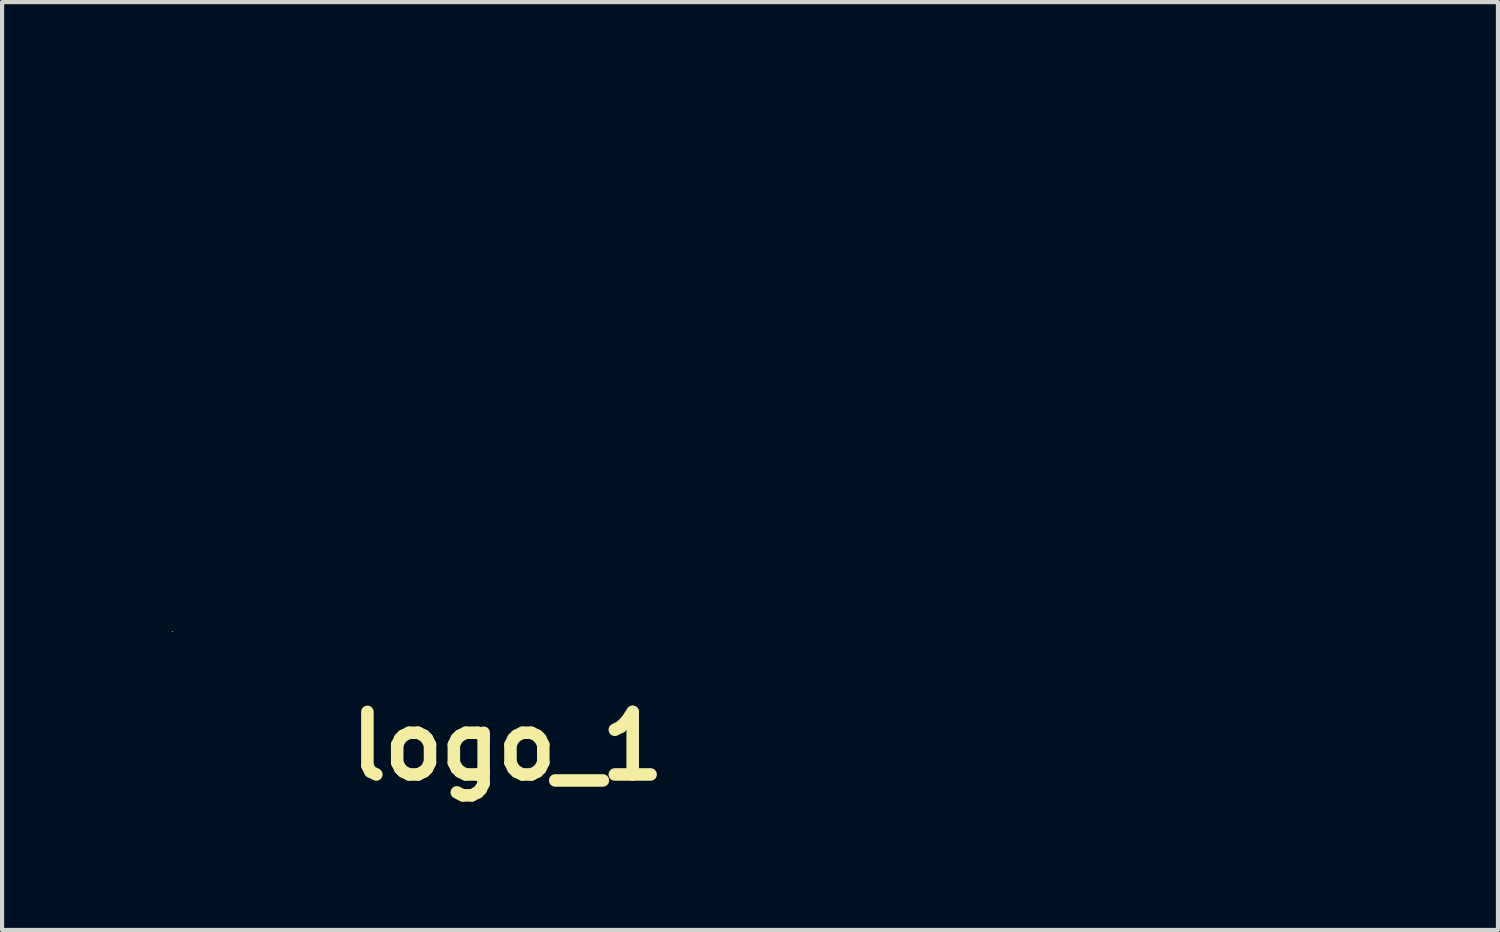
<source format=kicad_pcb>
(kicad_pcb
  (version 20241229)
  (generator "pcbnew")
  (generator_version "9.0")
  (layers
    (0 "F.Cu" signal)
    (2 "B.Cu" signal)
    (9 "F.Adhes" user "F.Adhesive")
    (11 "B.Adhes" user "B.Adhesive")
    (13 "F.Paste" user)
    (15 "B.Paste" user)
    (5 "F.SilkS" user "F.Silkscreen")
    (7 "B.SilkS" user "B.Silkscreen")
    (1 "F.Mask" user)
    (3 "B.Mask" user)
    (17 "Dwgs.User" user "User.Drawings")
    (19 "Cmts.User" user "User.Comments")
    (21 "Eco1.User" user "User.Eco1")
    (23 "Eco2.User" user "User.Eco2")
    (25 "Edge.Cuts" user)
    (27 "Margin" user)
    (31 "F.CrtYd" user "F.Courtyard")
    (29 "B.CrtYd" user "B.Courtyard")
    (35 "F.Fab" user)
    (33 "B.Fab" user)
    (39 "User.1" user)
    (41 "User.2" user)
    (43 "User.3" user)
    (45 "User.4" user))
  (footprint "logo_1"
    (layer "F.Cu")
    (at 14.44 6.419)
    (property "Reference" "logo_1" (at -5.33 8.41 0) (layer "F.SilkS") (effects (font (size 1.5 1.5) (thickness 0.3))))
    (attr board_only exclude_from_pos_files exclude_from_bom)
    (fp_poly (pts (xy -4.923 -6.017) (xy -4.532 -5.626) (xy -4.917 -5.241) (xy -5.021 -5.137) (xy -5.115 -5.044) (xy -5.195 -4.966) (xy -5.258 -4.906) (xy -5.298 -4.867) (xy -5.313 -4.855) (xy -5.33 -4.869) (xy -5.373 -4.909) (xy -5.437 -4.971) (xy -5.518 -5.05) (xy -5.612 -5.144) (xy -5.709 -5.241) (xy -6.094 -5.626) (xy -5.704 -6.017) (xy -5.313 -6.407)) (stroke (width 0) (type solid)) (fill yes) (layer "F.Mask"))
    (fp_poly (pts (xy -1.73 -4.954) (xy -1.729 -4.168) (xy -1.304 -4.163) (xy -0.878 -4.157) (xy -1.151 -3.818) (xy -1.425 -3.48) (xy -1.577 -3.48) (xy -1.729 -3.48) (xy -1.729 -1.953) (xy -1.729 -1.612) (xy -1.728 -1.31) (xy -1.726 -1.049) (xy -1.724 -0.829) (xy -1.721 -0.649) (xy -1.718 -0.511) (xy -1.714 -0.414) (xy -1.709 -0.358) (xy -1.707 -0.348) (xy -1.67 -0.267) (xy -1.606 -0.183) (xy -1.529 -0.108) (xy -1.464 -0.065) (xy -1.393 -0.029) (xy -1.497 0.035) (xy -1.602 0.124) (xy -1.66 0.201) (xy -1.719 0.302) (xy -1.725 1.685) (xy -1.726 1.96) (xy -1.727 2.196) (xy -1.727 2.396) (xy -1.727 2.564) (xy -1.726 2.702) (xy -1.725 2.814) (xy -1.724 2.902) (xy -1.721 2.97) (xy -1.718 3.02) (xy -1.714 3.056) (xy -1.709 3.081) (xy -1.702 3.097) (xy -1.695 3.108) (xy -1.694 3.11) (xy -1.614 3.172) (xy -1.511 3.216) (xy -1.401 3.235) (xy -1.385 3.236) (xy -1.306 3.23) (xy -1.238 3.211) (xy -1.168 3.172) (xy -1.099 3.121) (xy -1.048 3.084) (xy -1.024 3.075) (xy -1.022 3.088) (xy -1.042 3.121) (xy -1.079 3.171) (xy -1.131 3.233) (xy -1.196 3.304) (xy -1.271 3.382) (xy -1.352 3.461) (xy -1.406 3.511) (xy -1.559 3.655) (xy -1.703 3.805) (xy -1.836 3.954) (xy -1.952 4.098) (xy -2.047 4.23) (xy -2.116 4.346) (xy -2.146 4.412) (xy -2.18 4.503) (xy -2.611 4.102) (xy -3.042 3.701) (xy -3.043 2.064) (xy -3.043 1.755) (xy -3.044 1.47) (xy -3.045 1.213) (xy -3.047 0.985) (xy -3.049 0.787) (xy -3.052 0.623) (xy -3.055 0.494) (xy -3.059 0.401) (xy -3.062 0.348) (xy -3.064 0.338) (xy -3.111 0.214) (xy -3.188 0.107) (xy -3.286 0.028) (xy -3.377 -0.026) (xy -3.319 -0.056) (xy -3.218 -0.128) (xy -3.13 -0.228) (xy -3.098 -0.281) (xy -3.089 -0.297) (xy -3.082 -0.315) (xy -3.076 -0.335) (xy -3.07 -0.363) (xy -3.066 -0.4) (xy -3.062 -0.45) (xy -3.059 -0.516) (xy -3.056 -0.6) (xy -3.054 -0.705) (xy -3.052 -0.835) (xy -3.051 -0.992) (xy -3.05 -1.179) (xy -3.049 -1.4) (xy -3.048 -1.656) (xy -3.047 -1.922) (xy -3.041 -3.48) (xy -3.365 -3.48) (xy -3.475 -3.481) (xy -3.57 -3.483) (xy -3.641 -3.487) (xy -3.681 -3.493) (xy -3.688 -3.496) (xy -3.678 -3.518) (xy -3.651 -3.571) (xy -3.609 -3.647) (xy -3.556 -3.741) (xy -3.502 -3.834) (xy -3.317 -4.157) (xy -3.08 -4.17) (xy -2.968 -4.178) (xy -2.865 -4.191) (xy -2.785 -4.207) (xy -2.755 -4.216) (xy -2.584 -4.302) (xy -2.422 -4.427) (xy -2.27 -4.591) (xy -2.129 -4.792) (xy -1.999 -5.029) (xy -1.881 -5.301) (xy -1.822 -5.468) (xy -1.73 -5.741)) (stroke (width 0) (type solid)) (fill yes) (layer "F.Mask"))
    (fp_poly (pts (xy -5.722 -4.175) (xy -5.68 -4.141) (xy -5.619 -4.089) (xy -5.544 -4.024) (xy -5.518 -4.001) (xy -5.32 -3.835) (xy -5.13 -3.697) (xy -4.953 -3.588) (xy -4.834 -3.529) (xy -4.758 -3.499) (xy -4.69 -3.481) (xy -4.614 -3.473) (xy -4.513 -3.47) (xy -4.508 -3.47) (xy -4.418 -3.469) (xy -4.363 -3.465) (xy -4.337 -3.458) (xy -4.331 -3.446) (xy -4.335 -3.436) (xy -4.368 -3.39) (xy -4.42 -3.329) (xy -4.481 -3.264) (xy -4.54 -3.209) (xy -4.586 -3.172) (xy -4.592 -3.168) (xy -4.647 -3.139) (xy -4.646 -1.783) (xy -4.646 -1.511) (xy -4.646 -1.278) (xy -4.645 -1.08) (xy -4.644 -0.914) (xy -4.643 -0.777) (xy -4.641 -0.666) (xy -4.639 -0.577) (xy -4.636 -0.508) (xy -4.632 -0.456) (xy -4.628 -0.416) (xy -4.622 -0.387) (xy -4.615 -0.364) (xy -4.608 -0.346) (xy -4.607 -0.344) (xy -4.546 -0.249) (xy -4.459 -0.161) (xy -4.365 -0.097) (xy -4.329 -0.075) (xy -4.33 -0.064) (xy -4.341 -0.063) (xy -4.381 -0.047) (xy -4.436 -0.004) (xy -4.496 0.055) (xy -4.553 0.122) (xy -4.598 0.187) (xy -4.624 0.242) (xy -4.629 0.282) (xy -4.634 0.363) (xy -4.638 0.484) (xy -4.641 0.646) (xy -4.643 0.848) (xy -4.645 1.091) (xy -4.646 1.376) (xy -4.646 1.679) (xy -4.647 3.034) (xy -4.585 3.093) (xy -4.504 3.147) (xy -4.401 3.182) (xy -4.293 3.194) (xy -4.237 3.189) (xy -4.181 3.177) (xy -4.136 3.161) (xy -4.091 3.134) (xy -4.03 3.089) (xy -4.013 3.076) (xy -3.963 3.04) (xy -3.943 3.032) (xy -3.951 3.052) (xy -3.988 3.099) (xy -4.053 3.173) (xy -4.146 3.273) (xy -4.266 3.398) (xy -4.412 3.549) (xy -4.416 3.553) (xy -4.593 3.736) (xy -4.74 3.896) (xy -4.859 4.034) (xy -4.952 4.153) (xy -5.022 4.256) (xy -5.07 4.345) (xy -5.087 4.386) (xy -5.107 4.433) (xy -5.122 4.457) (xy -5.125 4.458) (xy -5.142 4.444) (xy -5.186 4.405) (xy -5.252 4.344) (xy -5.336 4.266) (xy -5.434 4.173) (xy -5.543 4.07) (xy -5.557 4.057) (xy -5.978 3.657) (xy -5.979 1.974) (xy -5.979 1.66) (xy -5.98 1.385) (xy -5.981 1.146) (xy -5.982 0.942) (xy -5.983 0.769) (xy -5.985 0.625) (xy -5.987 0.508) (xy -5.99 0.414) (xy -5.993 0.342) (xy -5.997 0.288) (xy -6.002 0.251) (xy -6.007 0.228) (xy -6.009 0.222) (xy -6.067 0.123) (xy -6.151 0.035) (xy -6.244 -0.028) (xy -6.25 -0.031) (xy -6.335 -0.069) (xy -6.256 -0.105) (xy -6.191 -0.144) (xy -6.126 -0.197) (xy -6.111 -0.211) (xy -6.084 -0.24) (xy -6.061 -0.267) (xy -6.041 -0.295) (xy -6.025 -0.328) (xy -6.012 -0.369) (xy -6.002 -0.421) (xy -5.994 -0.489) (xy -5.988 -0.576) (xy -5.985 -0.685) (xy -5.982 -0.819) (xy -5.981 -0.982) (xy -5.98 -1.178) (xy -5.98 -1.41) (xy -5.98 -1.578) (xy -5.98 -2.72) (xy -6.087 -2.758) (xy -6.203 -2.808) (xy -6.313 -2.871) (xy -6.402 -2.938) (xy -6.447 -2.985) (xy -6.497 -3.049) (xy -6.121 -3.613) (xy -6.03 -3.75) (xy -5.947 -3.875) (xy -5.874 -3.984) (xy -5.814 -4.074) (xy -5.77 -4.14) (xy -5.744 -4.177) (xy -5.739 -4.185)) (stroke (width 0) (type solid)) (fill yes) (layer "F.Mask"))
    (fp_poly (pts (xy 12.743 -4.128) (xy 12.767 -4.116) (xy 12.826 -4.091) (xy 12.915 -4.054) (xy 13.031 -4.008) (xy 13.167 -3.954) (xy 13.321 -3.894) (xy 13.487 -3.829) (xy 13.662 -3.762) (xy 13.841 -3.693) (xy 14.019 -3.625) (xy 14.193 -3.559) (xy 14.357 -3.497) (xy 14.508 -3.441) (xy 14.641 -3.391) (xy 14.751 -3.351) (xy 14.835 -3.321) (xy 14.888 -3.304) (xy 14.898 -3.301) (xy 14.985 -3.284) (xy 15.061 -3.279) (xy 15.092 -3.282) (xy 15.199 -3.324) (xy 15.293 -3.397) (xy 15.356 -3.483) (xy 15.402 -3.574) (xy 15.39 -3.46) (xy 15.356 -3.31) (xy 15.288 -3.175) (xy 15.192 -3.063) (xy 15.073 -2.98) (xy 14.988 -2.944) (xy 14.877 -2.91) (xy 14.877 -2.626) (xy 14.878 -2.508) (xy 14.881 -2.423) (xy 14.887 -2.361) (xy 14.897 -2.314) (xy 14.913 -2.272) (xy 14.924 -2.25) (xy 14.968 -2.183) (xy 15.022 -2.125) (xy 15.042 -2.11) (xy 15.113 -2.063) (xy 15.041 -2.063) (xy 14.954 -2.054) (xy 14.844 -2.03) (xy 14.727 -1.994) (xy 14.616 -1.95) (xy 14.609 -1.947) (xy 14.5 -1.891) (xy 14.391 -1.821) (xy 14.278 -1.735) (xy 14.158 -1.628) (xy 14.027 -1.498) (xy 13.882 -1.342) (xy 13.719 -1.156) (xy 13.598 -1.012) (xy 13.502 -0.897) (xy 13.405 -0.784) (xy 13.315 -0.678) (xy 13.237 -0.589) (xy 13.177 -0.522) (xy 13.165 -0.509) (xy 12.965 -0.316) (xy 12.758 -0.157) (xy 12.547 -0.035) (xy 12.336 0.048) (xy 12.286 0.062) (xy 12.137 0.099) (xy 12.132 1.401) (xy 12.131 1.678) (xy 12.131 1.916) (xy 12.131 2.117) (xy 12.131 2.284) (xy 12.133 2.42) (xy 12.135 2.527) (xy 12.138 2.608) (xy 12.141 2.666) (xy 12.146 2.702) (xy 12.151 2.721) (xy 12.153 2.723) (xy 12.179 2.736) (xy 12.238 2.761) (xy 12.325 2.795) (xy 12.434 2.838) (xy 12.56 2.887) (xy 12.697 2.94) (xy 12.84 2.994) (xy 12.984 3.049) (xy 13.122 3.101) (xy 13.249 3.148) (xy 13.36 3.189) (xy 13.449 3.221) (xy 13.511 3.242) (xy 13.54 3.25) (xy 13.541 3.251) (xy 13.55 3.242) (xy 13.557 3.214) (xy 13.561 3.162) (xy 13.563 3.082) (xy 13.563 2.969) (xy 13.561 2.819) (xy 13.561 2.818) (xy 13.558 2.657) (xy 13.553 2.531) (xy 13.545 2.435) (xy 13.532 2.363) (xy 13.513 2.309) (xy 13.487 2.268) (xy 13.451 2.234) (xy 13.405 2.2) (xy 13.403 2.199) (xy 13.326 2.146) (xy 13.42 2.146) (xy 13.581 2.128) (xy 13.75 2.077) (xy 13.916 1.996) (xy 14.069 1.891) (xy 14.109 1.857) (xy 14.162 1.804) (xy 14.232 1.726) (xy 14.312 1.631) (xy 14.396 1.528) (xy 14.45 1.459) (xy 14.53 1.357) (xy 14.607 1.261) (xy 14.677 1.179) (xy 14.732 1.118) (xy 14.76 1.091) (xy 14.856 1.021) (xy 14.971 0.959) (xy 15.089 0.912) (xy 15.19 0.888) (xy 15.238 0.883) (xy 15.257 0.885) (xy 15.253 0.888) (xy 15.163 0.939) (xy 15.076 1.014) (xy 15.01 1.096) (xy 15.008 1.1) (xy 14.981 1.15) (xy 14.957 1.2) (xy 14.939 1.254) (xy 14.924 1.316) (xy 14.912 1.392) (xy 14.902 1.485) (xy 14.895 1.601) (xy 14.889 1.744) (xy 14.885 1.917) (xy 14.881 2.127) (xy 14.88 2.197) (xy 14.867 2.968) (xy 14.707 2.992) (xy 14.439 3.054) (xy 14.179 3.155) (xy 13.931 3.29) (xy 13.703 3.458) (xy 13.498 3.656) (xy 13.42 3.746) (xy 13.366 3.819) (xy 13.304 3.911) (xy 13.24 4.014) (xy 13.178 4.122) (xy 13.121 4.226) (xy 13.073 4.32) (xy 13.039 4.395) (xy 13.024 4.445) (xy 13.023 4.452) (xy 13.008 4.476) (xy 12.974 4.477) (xy 12.949 4.462) (xy 12.926 4.451) (xy 12.868 4.427) (xy 12.78 4.391) (xy 12.667 4.346) (xy 12.532 4.293) (xy 12.38 4.234) (xy 12.216 4.17) (xy 12.043 4.103) (xy 11.867 4.035) (xy 11.692 3.968) (xy 11.522 3.903) (xy 11.361 3.842) (xy 11.214 3.786) (xy 11.085 3.738) (xy 10.98 3.699) (xy 10.901 3.67) (xy 10.854 3.654) (xy 10.852 3.654) (xy 10.735 3.632) (xy 10.622 3.63) (xy 10.519 3.651) (xy 10.435 3.7) (xy 10.363 3.783) (xy 10.332 3.834) (xy 10.292 3.907) (xy 10.304 3.803) (xy 10.342 3.65) (xy 10.411 3.514) (xy 10.508 3.4) (xy 10.626 3.314) (xy 10.757 3.264) (xy 10.814 3.25) (xy 10.814 1.807) (xy 10.814 0.365) (xy 10.765 0.26) (xy 10.689 0.141) (xy 10.588 0.054) (xy 10.525 0.022) (xy 10.46 -0.005) (xy 10.569 -0.07) (xy 10.682 -0.161) (xy 10.741 -0.238) (xy 10.804 -0.34) (xy 10.81 -1.482) (xy 10.81 -1.511) (xy 12.127 -1.511) (xy 12.127 -1.215) (xy 12.128 -0.951) (xy 12.13 -0.719) (xy 12.131 -0.521) (xy 12.134 -0.358) (xy 12.137 -0.231) (xy 12.14 -0.143) (xy 12.144 -0.094) (xy 12.147 -0.083) (xy 12.176 -0.09) (xy 12.23 -0.109) (xy 12.277 -0.127) (xy 12.432 -0.203) (xy 12.597 -0.311) (xy 12.765 -0.444) (xy 12.928 -0.598) (xy 13.08 -0.764) (xy 13.214 -0.938) (xy 13.241 -0.977) (xy 13.35 -1.151) (xy 13.432 -1.312) (xy 13.492 -1.471) (xy 13.532 -1.638) (xy 13.555 -1.823) (xy 13.564 -2.036) (xy 13.564 -2.088) (xy 13.564 -2.204) (xy 13.562 -2.285) (xy 13.557 -2.338) (xy 13.549 -2.37) (xy 13.537 -2.387) (xy 13.528 -2.394) (xy 13.501 -2.405) (xy 13.441 -2.43) (xy 13.355 -2.464) (xy 13.246 -2.508) (xy 13.121 -2.557) (xy 12.985 -2.611) (xy 12.843 -2.666) (xy 12.7 -2.722) (xy 12.563 -2.776) (xy 12.436 -2.825) (xy 12.325 -2.868) (xy 12.235 -2.902) (xy 12.171 -2.926) (xy 12.14 -2.937) (xy 12.137 -2.938) (xy 12.136 -2.918) (xy 12.134 -2.859) (xy 12.132 -2.766) (xy 12.131 -2.641) (xy 12.13 -2.487) (xy 12.129 -2.309) (xy 12.128 -2.11) (xy 12.127 -1.892) (xy 12.127 -1.66) (xy 12.127 -1.511) (xy 10.81 -1.511) (xy 10.815 -2.624) (xy 10.893 -2.636) (xy 11.199 -2.702) (xy 11.481 -2.802) (xy 11.74 -2.936) (xy 11.975 -3.105) (xy 12.186 -3.308) (xy 12.373 -3.545) (xy 12.536 -3.816) (xy 12.561 -3.867) (xy 12.601 -3.949) (xy 12.634 -4.024) (xy 12.655 -4.078) (xy 12.659 -4.091) (xy 12.682 -4.136) (xy 12.717 -4.144)) (stroke (width 0) (type solid)) (fill yes) (layer "F.Mask"))
    (fp_poly (pts (xy 1.815 -4.131) (xy 1.846 -4.117) (xy 1.887 -4.099) (xy 1.962 -4.068) (xy 2.067 -4.026) (xy 2.196 -3.976) (xy 2.346 -3.918) (xy 2.511 -3.854) (xy 2.686 -3.786) (xy 2.867 -3.717) (xy 3.05 -3.648) (xy 3.228 -3.58) (xy 3.399 -3.516) (xy 3.556 -3.456) (xy 3.696 -3.404) (xy 3.813 -3.361) (xy 3.903 -3.329) (xy 3.961 -3.309) (xy 3.976 -3.305) (xy 4.07 -3.285) (xy 4.148 -3.279) (xy 4.174 -3.282) (xy 4.28 -3.324) (xy 4.374 -3.397) (xy 4.437 -3.483) (xy 4.484 -3.574) (xy 4.472 -3.46) (xy 4.437 -3.31) (xy 4.37 -3.175) (xy 4.274 -3.063) (xy 4.154 -2.98) (xy 4.07 -2.944) (xy 3.959 -2.91) (xy 3.959 -1.671) (xy 3.959 -1.379) (xy 3.96 -1.128) (xy 3.962 -0.915) (xy 3.964 -0.738) (xy 3.967 -0.597) (xy 3.971 -0.488) (xy 3.975 -0.411) (xy 3.98 -0.364) (xy 3.983 -0.351) (xy 4.027 -0.26) (xy 4.096 -0.17) (xy 4.178 -0.096) (xy 4.235 -0.062) (xy 4.316 -0.026) (xy 4.219 0.021) (xy 4.12 0.09) (xy 4.038 0.186) (xy 3.984 0.297) (xy 3.98 0.313) (xy 3.975 0.352) (xy 3.971 0.431) (xy 3.968 0.548) (xy 3.966 0.702) (xy 3.964 0.893) (xy 3.963 1.117) (xy 3.963 1.374) (xy 3.964 1.662) (xy 3.964 1.731) (xy 3.969 3.072) (xy 4.068 3.132) (xy 4.168 3.179) (xy 4.277 3.205) (xy 4.377 3.206) (xy 4.403 3.201) (xy 4.447 3.183) (xy 4.509 3.148) (xy 4.562 3.114) (xy 4.616 3.079) (xy 4.646 3.066) (xy 4.651 3.075) (xy 4.629 3.107) (xy 4.582 3.164) (xy 4.506 3.247) (xy 4.403 3.356) (xy 4.27 3.492) (xy 4.231 3.532) (xy 4.121 3.645) (xy 4.015 3.756) (xy 3.918 3.859) (xy 3.836 3.949) (xy 3.775 4.019) (xy 3.743 4.058) (xy 3.681 4.146) (xy 3.622 4.238) (xy 3.573 4.325) (xy 3.537 4.399) (xy 3.521 4.45) (xy 3.521 4.456) (xy 3.507 4.45) (xy 3.467 4.418) (xy 3.406 4.361) (xy 3.325 4.284) (xy 3.229 4.188) (xy 3.12 4.078) (xy 3.076 4.033) (xy 2.633 3.576) (xy 2.513 3.721) (xy 2.381 3.897) (xy 2.265 4.085) (xy 2.174 4.271) (xy 2.151 4.329) (xy 2.12 4.409) (xy 2.098 4.456) (xy 2.081 4.475) (xy 2.065 4.472) (xy 2.051 4.46) (xy 2.028 4.448) (xy 1.969 4.423) (xy 1.881 4.387) (xy 1.766 4.341) (xy 1.631 4.287) (xy 1.478 4.228) (xy 1.313 4.163) (xy 1.139 4.096) (xy 0.962 4.028) (xy 0.785 3.96) (xy 0.613 3.895) (xy 0.451 3.833) (xy 0.302 3.777) (xy 0.172 3.729) (xy 0.064 3.69) (xy -0.016 3.661) (xy -0.066 3.645) (xy -0.067 3.645) (xy -0.149 3.624) (xy -0.223 3.61) (xy -0.271 3.605) (xy -0.382 3.625) (xy -0.48 3.683) (xy -0.563 3.776) (xy -0.59 3.824) (xy -0.612 3.862) (xy -0.622 3.865) (xy -0.624 3.841) (xy -0.619 3.799) (xy -0.603 3.732) (xy -0.583 3.661) (xy -0.518 3.515) (xy -0.423 3.397) (xy -0.299 3.309) (xy -0.24 3.282) (xy -0.115 3.232) (xy -0.115 2.371) (xy -0.115 1.526) (xy 1.232 1.526) (xy 1.233 1.713) (xy 1.234 1.884) (xy 1.24 2.715) (xy 1.927 2.981) (xy 2.087 3.043) (xy 2.235 3.1) (xy 2.366 3.15) (xy 2.475 3.192) (xy 2.559 3.223) (xy 2.612 3.243) (xy 2.631 3.249) (xy 2.633 3.229) (xy 2.635 3.17) (xy 2.637 3.076) (xy 2.639 2.949) (xy 2.641 2.793) (xy 2.643 2.61) (xy 2.644 2.405) (xy 2.645 2.178) (xy 2.646 1.935) (xy 2.646 1.677) (xy 2.646 1.521) (xy 2.646 -0.208) (xy 2.537 -0.208) (xy 2.364 -0.188) (xy 2.187 -0.13) (xy 2.012 -0.039) (xy 1.843 0.083) (xy 1.686 0.232) (xy 1.543 0.404) (xy 1.421 0.596) (xy 1.381 0.672) (xy 1.344 0.747) (xy 1.314 0.811) (xy 1.29 0.87) (xy 1.271 0.927) (xy 1.256 0.989) (xy 1.245 1.059) (xy 1.238 1.143) (xy 1.234 1.246) (xy 1.232 1.372) (xy 1.232 1.526) (xy -0.115 1.526) (xy -0.115 1.511) (xy -0.181 1.371) (xy -0.228 1.285) (xy -0.285 1.198) (xy -0.333 1.139) (xy -0.419 1.045) (xy -0.319 1.032) (xy -0.128 1.003) (xy 0.047 0.966) (xy 0.211 0.916) (xy 0.37 0.851) (xy 0.529 0.768) (xy 0.695 0.665) (xy 0.872 0.538) (xy 1.068 0.385) (xy 1.219 0.26) (xy 1.414 0.099) (xy 1.585 -0.035) (xy 1.736 -0.144) (xy 1.87 -0.231) (xy 1.994 -0.298) (xy 2.111 -0.347) (xy 2.226 -0.382) (xy 2.344 -0.404) (xy 2.448 -0.414) (xy 2.636 -0.427) (xy 2.641 -1.4) (xy 2.642 -1.628) (xy 2.643 -1.817) (xy 2.643 -1.971) (xy 2.643 -2.095) (xy 2.641 -2.191) (xy 2.639 -2.263) (xy 2.636 -2.316) (xy 2.632 -2.351) (xy 2.626 -2.373) (xy 2.619 -2.386) (xy 2.61 -2.393) (xy 2.61 -2.393) (xy 2.581 -2.406) (xy 2.52 -2.431) (xy 2.432 -2.467) (xy 2.322 -2.51) (xy 2.196 -2.56) (xy 2.06 -2.614) (xy 1.917 -2.67) (xy 1.775 -2.725) (xy 1.638 -2.779) (xy 1.511 -2.828) (xy 1.401 -2.87) (xy 1.312 -2.904) (xy 1.25 -2.927) (xy 1.22 -2.938) (xy 1.218 -2.938) (xy 1.215 -2.918) (xy 1.213 -2.861) (xy 1.211 -2.771) (xy 1.211 -2.654) (xy 1.211 -2.514) (xy 1.212 -2.355) (xy 1.215 -2.183) (xy 1.219 -1.956) (xy 1.223 -1.766) (xy 1.229 -1.609) (xy 1.236 -1.48) (xy 1.246 -1.375) (xy 1.258 -1.29) (xy 1.273 -1.219) (xy 1.291 -1.158) (xy 1.314 -1.104) (xy 1.33 -1.07) (xy 1.409 -0.959) (xy 1.517 -0.867) (xy 1.552 -0.845) (xy 1.615 -0.81) (xy 1.521 -0.823) (xy 1.412 -0.846) (xy 1.308 -0.888) (xy 1.204 -0.952) (xy 1.096 -1.042) (xy 0.979 -1.161) (xy 0.849 -1.312) (xy 0.805 -1.366) (xy 0.663 -1.539) (xy 0.536 -1.679) (xy 0.42 -1.79) (xy 0.31 -1.877) (xy 0.2 -1.943) (xy 0.086 -1.993) (xy -0.037 -2.029) (xy -0.045 -2.031) (xy -0.13 -2.048) (xy -0.211 -2.059) (xy -0.258 -2.063) (xy -0.34 -2.063) (xy -0.269 -2.11) (xy -0.185 -2.187) (xy -0.132 -2.285) (xy -0.107 -2.41) (xy -0.105 -2.473) (xy -0.104 -2.624) (xy -0.026 -2.636) (xy 0.13 -2.666) (xy 0.293 -2.707) (xy 0.445 -2.753) (xy 0.547 -2.791) (xy 0.748 -2.892) (xy 0.949 -3.026) (xy 1.14 -3.184) (xy 1.311 -3.358) (xy 1.454 -3.54) (xy 1.462 -3.553) (xy 1.519 -3.644) (xy 1.579 -3.748) (xy 1.637 -3.856) (xy 1.686 -3.956) (xy 1.723 -4.039) (xy 1.741 -4.091) (xy 1.754 -4.131) (xy 1.775 -4.144)) (stroke (width 0) (type solid)) (fill yes) (layer "F.Mask"))
    (fp_poly (pts (xy 8.45 -4.133) (xy 8.493 -4.096) (xy 8.554 -4.04) (xy 8.626 -3.972) (xy 8.637 -3.962) (xy 8.823 -3.798) (xy 9.008 -3.66) (xy 9.19 -3.551) (xy 9.363 -3.471) (xy 9.524 -3.424) (xy 9.634 -3.412) (xy 9.712 -3.413) (xy 9.778 -3.419) (xy 9.811 -3.426) (xy 9.844 -3.434) (xy 9.847 -3.42) (xy 9.835 -3.396) (xy 9.805 -3.354) (xy 9.754 -3.296) (xy 9.694 -3.232) (xy 9.633 -3.172) (xy 9.581 -3.128) (xy 9.557 -3.111) (xy 9.549 -3.105) (xy 9.541 -3.093) (xy 9.535 -3.073) (xy 9.53 -3.041) (xy 9.526 -2.994) (xy 9.522 -2.928) (xy 9.519 -2.841) (xy 9.517 -2.728) (xy 9.514 -2.586) (xy 9.512 -2.412) (xy 9.509 -2.203) (xy 9.507 -1.988) (xy 9.495 -0.885) (xy 9.349 -0.85) (xy 9.25 -0.82) (xy 9.15 -0.778) (xy 9.044 -0.722) (xy 8.928 -0.647) (xy 8.795 -0.55) (xy 8.642 -0.429) (xy 8.521 -0.33) (xy 8.473 -0.287) (xy 8.444 -0.256) (xy 8.439 -0.245) (xy 8.463 -0.234) (xy 8.519 -0.211) (xy 8.602 -0.178) (xy 8.704 -0.139) (xy 8.819 -0.095) (xy 8.941 -0.049) (xy 9.063 -0.003) (xy 9.179 0.04) (xy 9.282 0.077) (xy 9.365 0.107) (xy 9.422 0.127) (xy 9.445 0.134) (xy 9.526 0.136) (xy 9.617 0.114) (xy 9.701 0.073) (xy 9.718 0.06) (xy 9.761 0.016) (xy 9.807 -0.048) (xy 9.826 -0.08) (xy 9.852 -0.126) (xy 9.867 -0.144) (xy 9.869 -0.135) (xy 9.86 -0.089) (xy 9.85 -0.023) (xy 9.847 0.000097) (xy 9.808 0.135) (xy 9.734 0.258) (xy 9.63 0.361) (xy 9.501 0.438) (xy 9.439 0.462) (xy 9.345 0.493) (xy 9.34 1.761) (xy 9.335 3.029) (xy 9.382 3.08) (xy 9.471 3.149) (xy 9.582 3.192) (xy 9.701 3.207) (xy 9.815 3.19) (xy 9.841 3.181) (xy 9.902 3.148) (xy 9.966 3.103) (xy 9.976 3.096) (xy 10.016 3.066) (xy 10.04 3.058) (xy 10.043 3.063) (xy 10.029 3.084) (xy 9.99 3.13) (xy 9.928 3.198) (xy 9.849 3.282) (xy 9.756 3.38) (xy 9.662 3.477) (xy 9.501 3.642) (xy 9.368 3.783) (xy 9.258 3.904) (xy 9.169 4.009) (xy 9.096 4.102) (xy 9.037 4.187) (xy 8.989 4.269) (xy 8.961 4.321) (xy 8.884 4.474) (xy 8.458 4.077) (xy 8.033 3.679) (xy 8.022 2.345) (xy 8.012 1.011) (xy 7.345 0.756) (xy 7.186 0.695) (xy 7.039 0.639) (xy 6.908 0.589) (xy 6.798 0.547) (xy 6.713 0.515) (xy 6.659 0.495) (xy 6.642 0.488) (xy 6.634 0.488) (xy 6.628 0.493) (xy 6.623 0.507) (xy 6.618 0.534) (xy 6.614 0.575) (xy 6.612 0.634) (xy 6.609 0.714) (xy 6.608 0.819) (xy 6.607 0.95) (xy 6.606 1.111) (xy 6.605 1.306) (xy 6.605 1.536) (xy 6.605 1.767) (xy 6.605 3.057) (xy 6.683 3.111) (xy 6.788 3.172) (xy 6.884 3.203) (xy 6.956 3.208) (xy 7.044 3.194) (xy 7.137 3.159) (xy 7.215 3.109) (xy 7.239 3.087) (xy 7.274 3.054) (xy 7.298 3.042) (xy 7.304 3.052) (xy 7.288 3.081) (xy 7.249 3.133) (xy 7.184 3.207) (xy 7.093 3.306) (xy 6.974 3.43) (xy 6.826 3.582) (xy 6.824 3.584) (xy 6.672 3.74) (xy 6.548 3.874) (xy 6.447 3.988) (xy 6.366 4.088) (xy 6.301 4.179) (xy 6.248 4.264) (xy 6.204 4.349) (xy 6.195 4.367) (xy 6.168 4.427) (xy 6.147 4.467) (xy 6.14 4.479) (xy 6.125 4.465) (xy 6.083 4.426) (xy 6.018 4.365) (xy 5.935 4.287) (xy 5.836 4.194) (xy 5.727 4.091) (xy 5.704 4.07) (xy 5.272 3.662) (xy 5.272 2.31) (xy 5.272 2.028) (xy 5.272 1.785) (xy 5.273 1.579) (xy 5.275 1.407) (xy 5.276 1.267) (xy 5.279 1.156) (xy 5.282 1.072) (xy 5.285 1.011) (xy 5.29 0.973) (xy 5.295 0.954) (xy 5.298 0.95) (xy 5.33 0.942) (xy 5.39 0.927) (xy 5.465 0.909) (xy 5.47 0.908) (xy 5.562 0.879) (xy 5.668 0.838) (xy 5.766 0.792) (xy 5.772 0.789) (xy 5.843 0.747) (xy 5.927 0.694) (xy 6.017 0.633) (xy 6.106 0.57) (xy 6.189 0.508) (xy 6.259 0.453) (xy 6.311 0.408) (xy 6.337 0.379) (xy 6.338 0.371) (xy 6.314 0.359) (xy 6.257 0.334) (xy 6.175 0.301) (xy 6.074 0.261) (xy 5.962 0.218) (xy 5.846 0.174) (xy 5.732 0.131) (xy 5.627 0.092) (xy 5.538 0.061) (xy 5.473 0.039) (xy 5.456 0.034) (xy 5.32 0.006) (xy 5.208 0.009) (xy 5.114 0.045) (xy 5.032 0.116) (xy 4.985 0.176) (xy 4.946 0.228) (xy 4.924 0.244) (xy 4.918 0.223) (xy 4.929 0.164) (xy 4.956 0.068) (xy 4.959 0.059) (xy 5.006 -0.056) (xy 5.069 -0.155) (xy 5.077 -0.165) (xy 5.14 -0.224) (xy 5.218 -0.28) (xy 5.301 -0.324) (xy 5.373 -0.35) (xy 5.402 -0.354) (xy 5.41 -0.356) (xy 5.416 -0.364) (xy 5.422 -0.381) (xy 5.426 -0.411) (xy 5.43 -0.456) (xy 5.433 -0.521) (xy 5.435 -0.607) (xy 5.436 -0.719) (xy 5.437 -0.859) (xy 5.438 -1.031) (xy 5.438 -1.238) (xy 5.438 -1.483) (xy 5.438 -1.508) (xy 5.438 -2.661) (xy 5.339 -2.699) (xy 5.245 -2.741) (xy 5.153 -2.794) (xy 5.069 -2.852) (xy 4.999 -2.91) (xy 4.95 -2.964) (xy 4.929 -3.008) (xy 4.932 -3.028) (xy 4.95 -3.057) (xy 4.987 -3.114) (xy 5.04 -3.195) (xy 5.105 -3.293) (xy 5.179 -3.404) (xy 5.258 -3.522) (xy 5.338 -3.643) (xy 5.417 -3.761) (xy 5.491 -3.871) (xy 5.557 -3.969) (xy 5.61 -4.048) (xy 5.648 -4.104) (xy 5.668 -4.132) (xy 5.669 -4.134) (xy 5.69 -4.128) (xy 5.734 -4.097) (xy 5.796 -4.046) (xy 5.87 -3.98) (xy 6.069 -3.806) (xy 6.263 -3.662) (xy 6.451 -3.549) (xy 6.628 -3.468) (xy 6.793 -3.42) (xy 6.943 -3.408) (xy 7.014 -3.416) (xy 7.074 -3.425) (xy 7.114 -3.428) (xy 7.123 -3.427) (xy 7.113 -3.41) (xy 7.077 -3.37) (xy 7.024 -3.313) (xy 6.956 -3.244) (xy 6.954 -3.242) (xy 6.777 -3.065) (xy 6.769 -1.978) (xy 6.762 -0.89) (xy 7.47 -0.612) (xy 7.632 -0.549) (xy 7.781 -0.49) (xy 7.913 -0.439) (xy 8.023 -0.395) (xy 8.108 -0.362) (xy 8.163 -0.341) (xy 8.184 -0.334) (xy 8.184 -0.334) (xy 8.185 -0.354) (xy 8.186 -0.412) (xy 8.186 -0.504) (xy 8.187 -0.627) (xy 8.188 -0.777) (xy 8.188 -0.949) (xy 8.189 -1.141) (xy 8.189 -1.348) (xy 8.189 -1.495) (xy 8.189 -2.657) (xy 8.065 -2.705) (xy 7.974 -2.747) (xy 7.881 -2.802) (xy 7.795 -2.862) (xy 7.728 -2.921) (xy 7.689 -2.968) (xy 7.684 -2.983) (xy 7.684 -3.003) (xy 7.693 -3.03) (xy 7.711 -3.069) (xy 7.742 -3.123) (xy 7.788 -3.197) (xy 7.85 -3.293) (xy 7.931 -3.416) (xy 8.034 -3.57) (xy 8.041 -3.581) (xy 8.132 -3.717) (xy 8.216 -3.842) (xy 8.291 -3.95) (xy 8.352 -4.039) (xy 8.398 -4.103) (xy 8.425 -4.14) (xy 8.431 -4.147)) (stroke (width 0) (type solid)) (fill yes) (layer "F.Mask"))
    (fp_poly (pts (xy -9.752 -6.347) (xy -9.698 -6.301) (xy -9.65 -6.265) (xy -9.634 -6.255) (xy -9.607 -6.243) (xy -9.546 -6.219) (xy -9.453 -6.182) (xy -9.333 -6.135) (xy -9.189 -6.08) (xy -9.026 -6.016) (xy -8.847 -5.947) (xy -8.656 -5.874) (xy -8.612 -5.857) (xy -8.384 -5.77) (xy -8.192 -5.697) (xy -8.031 -5.637) (xy -7.898 -5.588) (xy -7.79 -5.549) (xy -7.702 -5.52) (xy -7.632 -5.498) (xy -7.575 -5.483) (xy -7.528 -5.474) (xy -7.487 -5.468) (xy -7.476 -5.467) (xy -7.319 -5.466) (xy -7.166 -5.487) (xy -7.031 -5.529) (xy -6.998 -5.544) (xy -6.916 -5.602) (xy -6.839 -5.682) (xy -6.781 -5.772) (xy -6.754 -5.843) (xy -6.735 -5.928) (xy -6.733 -5.829) (xy -6.75 -5.674) (xy -6.807 -5.524) (xy -6.902 -5.38) (xy -7.035 -5.244) (xy -7.202 -5.117) (xy -7.404 -5.002) (xy -7.444 -4.983) (xy -7.647 -4.886) (xy -7.647 -3.634) (xy -7.647 -2.382) (xy -8.188 -2.051) (xy -8.322 -1.968) (xy -8.443 -1.892) (xy -8.547 -1.825) (xy -8.629 -1.771) (xy -8.686 -1.731) (xy -8.713 -1.709) (xy -8.714 -1.705) (xy -8.692 -1.694) (xy -8.635 -1.67) (xy -8.55 -1.636) (xy -8.441 -1.592) (xy -8.314 -1.542) (xy -8.173 -1.487) (xy -8.149 -1.478) (xy -7.964 -1.407) (xy -7.813 -1.352) (xy -7.691 -1.31) (xy -7.594 -1.282) (xy -7.516 -1.266) (xy -7.454 -1.262) (xy -7.402 -1.267) (xy -7.356 -1.282) (xy -7.313 -1.304) (xy -7.252 -1.355) (xy -7.198 -1.425) (xy -7.16 -1.5) (xy -7.147 -1.558) (xy -7.138 -1.594) (xy -7.124 -1.604) (xy -7.112 -1.588) (xy -7.107 -1.536) (xy -7.108 -1.445) (xy -7.11 -1.422) (xy -7.133 -1.253) (xy -7.186 -1.105) (xy -7.273 -0.974) (xy -7.396 -0.854) (xy -7.512 -0.771) (xy -7.647 -0.683) (xy -7.647 0.956) (xy -7.647 1.292) (xy -7.646 1.594) (xy -7.644 1.861) (xy -7.642 2.092) (xy -7.64 2.286) (xy -7.637 2.442) (xy -7.634 2.558) (xy -7.63 2.635) (xy -7.625 2.671) (xy -7.601 2.732) (xy -7.563 2.806) (xy -7.533 2.854) (xy -7.5 2.908) (xy -7.484 2.946) (xy -7.487 2.959) (xy -7.558 2.965) (xy -7.655 2.98) (xy -7.761 3) (xy -7.863 3.024) (xy -7.939 3.045) (xy -8.141 3.125) (xy -8.357 3.238) (xy -8.584 3.381) (xy -8.815 3.55) (xy -9.046 3.742) (xy -9.272 3.952) (xy -9.488 4.177) (xy -9.501 4.191) (xy -9.575 4.273) (xy -9.641 4.346) (xy -9.693 4.404) (xy -9.726 4.44) (xy -9.73 4.444) (xy -9.74 4.452) (xy -9.753 4.457) (xy -9.773 4.456) (xy -9.804 4.449) (xy -9.848 4.435) (xy -9.909 4.412) (xy -9.99 4.379) (xy -10.095 4.335) (xy -10.227 4.278) (xy -10.389 4.207) (xy -10.584 4.121) (xy -10.67 4.083) (xy -10.863 3.998) (xy -11.054 3.914) (xy -11.237 3.833) (xy -11.407 3.757) (xy -11.558 3.69) (xy -11.685 3.632) (xy -11.784 3.588) (xy -11.835 3.564) (xy -12.052 3.469) (xy -12.243 3.394) (xy -12.418 3.338) (xy -12.586 3.299) (xy -12.756 3.273) (xy -12.937 3.259) (xy -12.96 3.258) (xy -13.195 3.259) (xy -13.401 3.285) (xy -13.582 3.339) (xy -13.744 3.42) (xy -13.892 3.531) (xy -13.91 3.548) (xy -14.028 3.675) (xy -14.115 3.811) (xy -14.175 3.964) (xy -14.208 4.14) (xy -14.218 4.344) (xy -14.218 4.355) (xy -14.209 4.55) (xy -14.183 4.721) (xy -14.136 4.882) (xy -14.068 5.042) (xy -13.97 5.203) (xy -13.842 5.353) (xy -13.693 5.481) (xy -13.546 5.57) (xy -13.473 5.61) (xy -13.437 5.635) (xy -13.438 5.645) (xy -13.474 5.639) (xy -13.544 5.615) (xy -13.586 5.598) (xy -13.772 5.5) (xy -13.941 5.365) (xy -14.092 5.197) (xy -14.222 4.998) (xy -14.327 4.773) (xy -14.329 4.768) (xy -14.351 4.709) (xy -14.366 4.658) (xy -14.376 4.606) (xy -14.382 4.545) (xy -14.385 4.466) (xy -14.386 4.359) (xy -14.386 4.272) (xy -14.384 4.136) (xy -14.381 4.031) (xy -14.375 3.948) (xy -14.364 3.874) (xy -14.349 3.8) (xy -14.329 3.726) (xy -14.232 3.438) (xy -14.105 3.18) (xy -13.95 2.951) (xy -13.766 2.753) (xy -13.554 2.586) (xy -13.315 2.449) (xy -13.048 2.344) (xy -12.755 2.271) (xy -12.45 2.23) (xy -12.339 2.222) (xy -12.245 2.218) (xy -12.155 2.218) (xy -12.058 2.222) (xy -11.941 2.23) (xy -11.819 2.241) (xy -11.709 2.251) (xy -11.715 1.318) (xy -11.716 1.097) (xy -11.718 0.913) (xy -11.718 0.903) (xy -10.398 0.903) (xy -10.398 1.221) (xy -10.397 1.499) (xy -10.397 1.741) (xy -10.397 1.949) (xy -10.396 2.126) (xy -10.395 2.274) (xy -10.394 2.396) (xy -10.392 2.494) (xy -10.39 2.572) (xy -10.387 2.631) (xy -10.384 2.675) (xy -10.38 2.706) (xy -10.375 2.726) (xy -10.37 2.739) (xy -10.363 2.746) (xy -10.356 2.75) (xy -10.324 2.765) (xy -10.26 2.791) (xy -10.169 2.827) (xy -10.057 2.87) (xy -9.929 2.92) (xy -9.791 2.972) (xy -9.649 3.027) (xy -9.507 3.08) (xy -9.372 3.131) (xy -9.249 3.177) (xy -9.143 3.216) (xy -9.06 3.246) (xy -9.006 3.265) (xy -8.986 3.271) (xy -8.981 3.263) (xy -8.977 3.238) (xy -8.973 3.195) (xy -8.97 3.13) (xy -8.968 3.041) (xy -8.965 2.927) (xy -8.964 2.785) (xy -8.962 2.613) (xy -8.961 2.409) (xy -8.96 2.171) (xy -8.96 1.896) (xy -8.96 1.583) (xy -8.96 1.452) (xy -8.96 -0.368) (xy -9.642 -0.635) (xy -9.802 -0.698) (xy -9.951 -0.756) (xy -10.084 -0.807) (xy -10.196 -0.851) (xy -10.283 -0.884) (xy -10.34 -0.905) (xy -10.361 -0.912) (xy -10.367 -0.912) (xy -10.373 -0.907) (xy -10.378 -0.895) (xy -10.382 -0.872) (xy -10.385 -0.837) (xy -10.388 -0.786) (xy -10.391 -0.718) (xy -10.393 -0.629) (xy -10.394 -0.518) (xy -10.396 -0.381) (xy -10.396 -0.216) (xy -10.397 -0.02) (xy -10.397 0.208) (xy -10.397 0.472) (xy -10.398 0.774) (xy -10.398 0.903) (xy -11.718 0.903) (xy -11.719 0.763) (xy -11.721 0.643) (xy -11.724 0.548) (xy -11.727 0.476) (xy -11.731 0.422) (xy -11.737 0.382) (xy -11.744 0.352) (xy -11.752 0.329) (xy -11.762 0.308) (xy -11.766 0.3) (xy -11.852 0.184) (xy -11.97 0.093) (xy -12.084 0.04) (xy -12.149 0.015) (xy -12.194 -0.007) (xy -12.21 -0.02) (xy -12.192 -0.033) (xy -12.145 -0.053) (xy -12.091 -0.071) (xy -11.987 -0.119) (xy -11.888 -0.193) (xy -11.804 -0.283) (xy -11.747 -0.378) (xy -11.736 -0.409) (xy -11.731 -0.435) (xy -11.727 -0.481) (xy -11.723 -0.549) (xy -11.72 -0.641) (xy -11.718 -0.759) (xy -11.715 -0.905) (xy -11.714 -1.082) (xy -11.712 -1.291) (xy -11.711 -1.533) (xy -11.711 -1.813) (xy -11.71 -2.13) (xy -11.71 -2.358) (xy -11.71 -2.691) (xy -11.71 -2.984) (xy -11.711 -3.241) (xy -11.711 -3.464) (xy -11.713 -3.657) (xy -11.715 -3.821) (xy -11.717 -3.959) (xy -11.721 -4.074) (xy -11.727 -4.169) (xy -11.733 -4.246) (xy -11.741 -4.308) (xy -11.751 -4.357) (xy -11.762 -4.397) (xy -11.776 -4.429) (xy -11.792 -4.458) (xy -11.81 -4.484) (xy -11.83 -4.511) (xy -11.842 -4.526) (xy -11.877 -4.565) (xy -11.939 -4.627) (xy -12.022 -4.704) (xy -12.119 -4.793) (xy -12.226 -4.887) (xy -12.277 -4.932) (xy -12.421 -5.054) (xy -12.513 -5.129) (xy -10.398 -5.129) (xy -10.398 -3.158) (xy -10.397 -2.837) (xy -10.397 -2.539) (xy -10.396 -2.265) (xy -10.395 -2.017) (xy -10.393 -1.798) (xy -10.391 -1.609) (xy -10.389 -1.452) (xy -10.386 -1.33) (xy -10.384 -1.244) (xy -10.381 -1.197) (xy -10.378 -1.188) (xy -10.357 -1.202) (xy -10.315 -1.241) (xy -10.261 -1.296) (xy -10.241 -1.318) (xy -10.129 -1.448) (xy -10.009 -1.6) (xy -9.891 -1.761) (xy -9.785 -1.915) (xy -9.741 -1.985) (xy -9.641 -2.146) (xy -9.554 -2.066) (xy -9.519 -2.036) (xy -9.477 -2.007) (xy -9.422 -1.977) (xy -9.35 -1.943) (xy -9.255 -1.903) (xy -9.131 -1.854) (xy -8.986 -1.797) (xy -8.98 -1.803) (xy -8.976 -1.825) (xy -8.972 -1.867) (xy -8.969 -1.93) (xy -8.967 -2.018) (xy -8.965 -2.132) (xy -8.964 -2.276) (xy -8.963 -2.452) (xy -8.963 -2.662) (xy -8.964 -2.908) (xy -8.965 -3.189) (xy -8.97 -4.59) (xy -9.64 -4.845) (xy -9.799 -4.906) (xy -9.947 -4.962) (xy -10.08 -5.012) (xy -10.192 -5.055) (xy -10.278 -5.087) (xy -10.334 -5.108) (xy -10.353 -5.115) (xy -10.398 -5.129) (xy -12.513 -5.129) (xy -12.538 -5.15) (xy -12.636 -5.217) (xy -12.719 -5.258) (xy -12.794 -5.272) (xy -12.866 -5.259) (xy -12.941 -5.218) (xy -13.024 -5.151) (xy -13.122 -5.057) (xy -13.231 -4.945) (xy -13.474 -4.683) (xy -13.683 -4.436) (xy -13.859 -4.2) (xy -14.005 -3.971) (xy -14.125 -3.745) (xy -14.22 -3.519) (xy -14.264 -3.386) (xy -14.298 -3.272) (xy -14.321 -3.182) (xy -14.334 -3.102) (xy -14.341 -3.016) (xy -14.344 -2.91) (xy -14.344 -2.896) (xy -14.341 -2.732) (xy -14.326 -2.596) (xy -14.298 -2.473) (xy -14.252 -2.351) (xy -14.229 -2.299) (xy -14.139 -2.155) (xy -14.019 -2.035) (xy -13.873 -1.942) (xy -13.708 -1.88) (xy -13.528 -1.849) (xy -13.337 -1.853) (xy -13.325 -1.854) (xy -13.121 -1.898) (xy -12.932 -1.978) (xy -12.756 -2.094) (xy -12.609 -2.227) (xy -12.561 -2.275) (xy -12.535 -2.296) (xy -12.533 -2.29) (xy -12.54 -2.279) (xy -12.641 -2.161) (xy -12.774 -2.049) (xy -12.93 -1.951) (xy -13.099 -1.872) (xy -13.245 -1.825) (xy -13.438 -1.796) (xy -13.628 -1.806) (xy -13.808 -1.854) (xy -13.974 -1.937) (xy -14.122 -2.054) (xy -14.247 -2.202) (xy -14.301 -2.289) (xy -14.34 -2.379) (xy -14.376 -2.497) (xy -14.407 -2.629) (xy -14.429 -2.76) (xy -14.439 -2.878) (xy -14.44 -2.899) (xy -14.432 -3.02) (xy -14.41 -3.166) (xy -14.377 -3.326) (xy -14.335 -3.486) (xy -14.321 -3.53) (xy -14.229 -3.771) (xy -14.101 -4.025) (xy -13.938 -4.29) (xy -13.744 -4.563) (xy -13.52 -4.841) (xy -13.268 -5.123) (xy -12.992 -5.406) (xy -12.693 -5.686) (xy -12.372 -5.961) (xy -12.079 -6.194) (xy -11.984 -6.266) (xy -11.899 -6.329) (xy -11.831 -6.378) (xy -11.786 -6.409) (xy -11.769 -6.418) (xy -11.746 -6.401) (xy -11.74 -6.389) (xy -11.722 -6.369) (xy -11.679 -6.324) (xy -11.613 -6.26) (xy -11.529 -6.179) (xy -11.432 -6.086) (xy -11.325 -5.985) (xy -11.212 -5.879) (xy -11.098 -5.773) (xy -10.987 -5.67) (xy -10.883 -5.574) (xy -10.79 -5.489) (xy -10.712 -5.419) (xy -10.654 -5.367) (xy -10.619 -5.339) (xy -10.611 -5.334) (xy -10.587 -5.349) (xy -10.542 -5.389) (xy -10.48 -5.449) (xy -10.408 -5.523) (xy -10.332 -5.604) (xy -10.256 -5.687) (xy -10.187 -5.766) (xy -10.13 -5.834) (xy -10.091 -5.886) (xy -10.091 -5.886) (xy -10.017 -6.006) (xy -9.947 -6.133) (xy -9.89 -6.254) (xy -9.857 -6.34) (xy -9.831 -6.419)) (stroke (width 0) (type solid)) (fill yes) (layer "F.Mask"))
    (fp_poly (pts (xy -13.342 5.654) (xy -13.345 5.666) (xy -13.356 5.668) (xy -13.374 5.66) (xy -13.37 5.654) (xy -13.346 5.651)) (stroke (width 0) (type solid)) (fill yes) (layer "F.SilkS")))
  (gr_rect
    (start -3 -3)
    (end 32.842 19.233)
    (stroke (width 0.1) (type default))
    (fill no)
    (layer "Edge.Cuts")))
</source>
